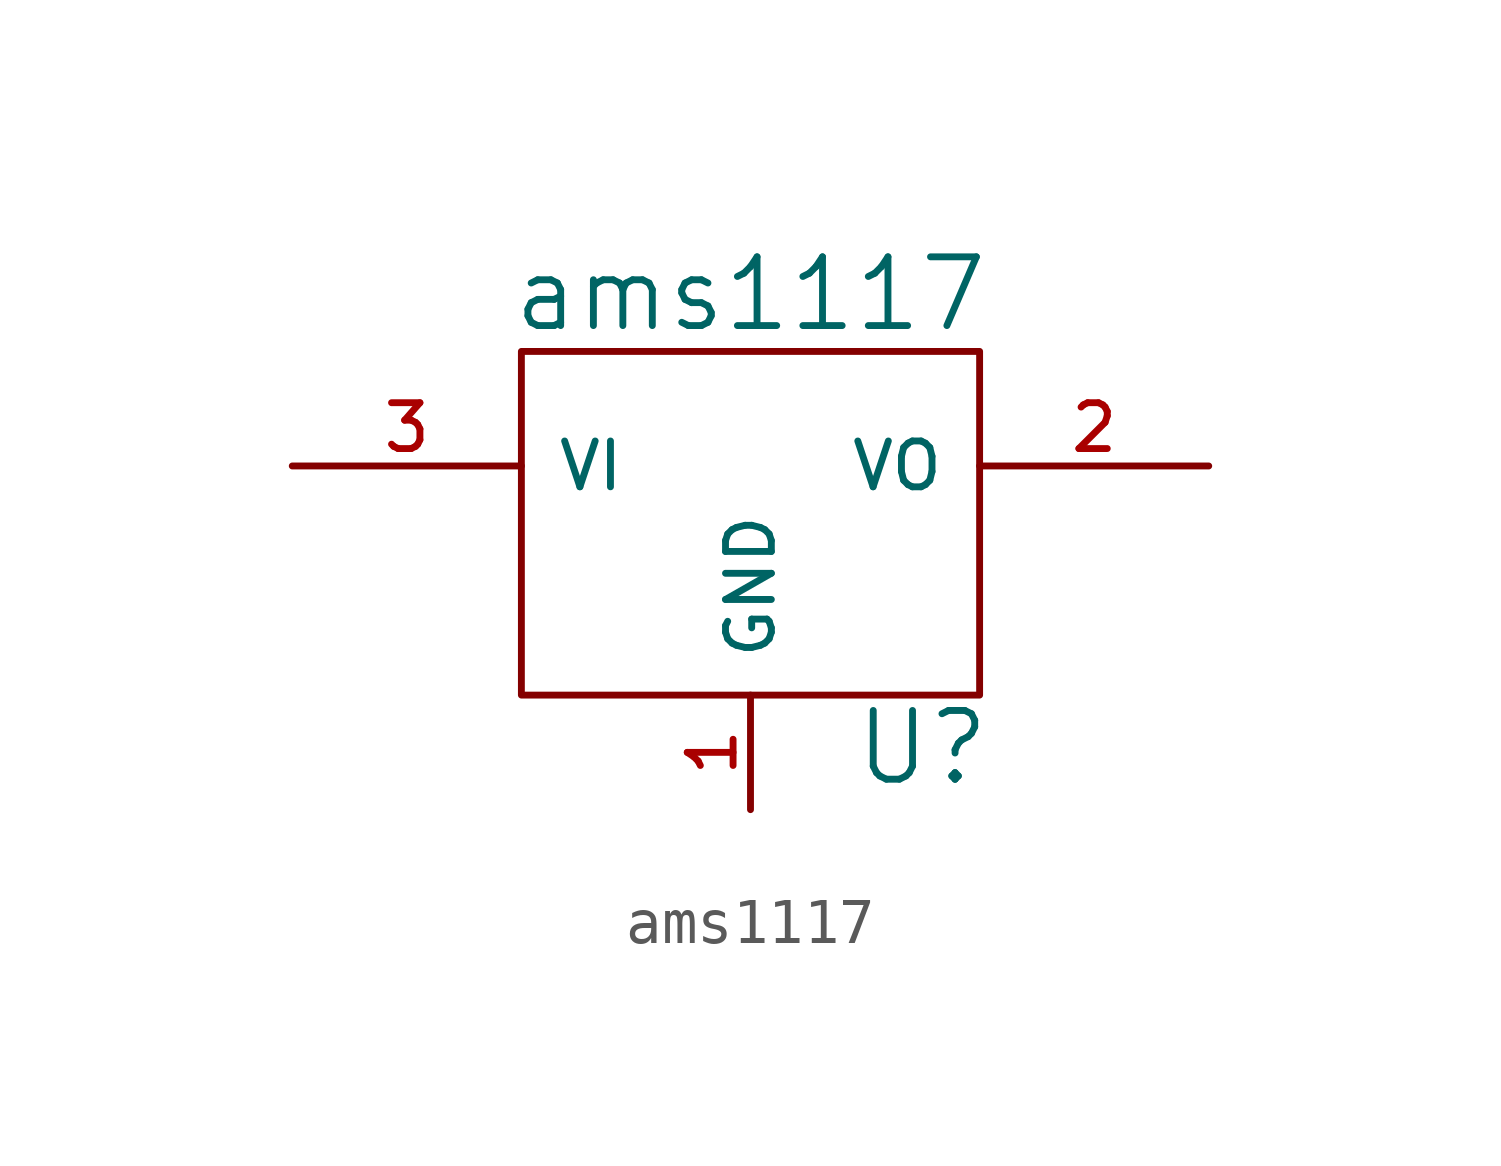
<source format=kicad_sym>
(kicad_symbol_lib
  (version 20220914)
  (generator kicad_symbol_editor)
  (symbol "ams1117"
    (pin_names
      (offset 0.762))
    (property "Reference" "U"
      (at 3.81 -4.978 0)
      (effects (font (size 1.524 1.524))))
    (property "Value" "ams1117"
      (at 0 5.08 0)
      (effects (font (size 1.524 1.524))))
    (property "Footprint" ""
      (at 0 0 0)
      (effects (font (size 1.524 1.524))))
    (property "Datasheet" ""
      (at 0 0 0)
      (effects (font (size 1.524 1.524))))
    (symbol "ams1117_0_1"
      (rectangle (start -5.08 -3.81) (end 5.08 3.81) (stroke (width 0) (type solid)) (fill (type none))))
    (symbol "ams1117_1_1"
      (pin input line (at 0 -6.35 90) (length 2.54) (name "GND" (effects (font (size 1.016 1.016)))) (number "1" (effects (font (size 1.016 1.016)))))
      (pin power_out line (at 10.16 1.27 180) (length 5.08) (name "VO" (effects (font (size 1.016 1.016)))) (number "2" (effects (font (size 1.016 1.016)))))
      (pin input line (at -10.16 1.27 0) (length 5.08) (name "VI" (effects (font (size 1.016 1.016)))) (number "3" (effects (font (size 1.016 1.016))))))))
</source>
